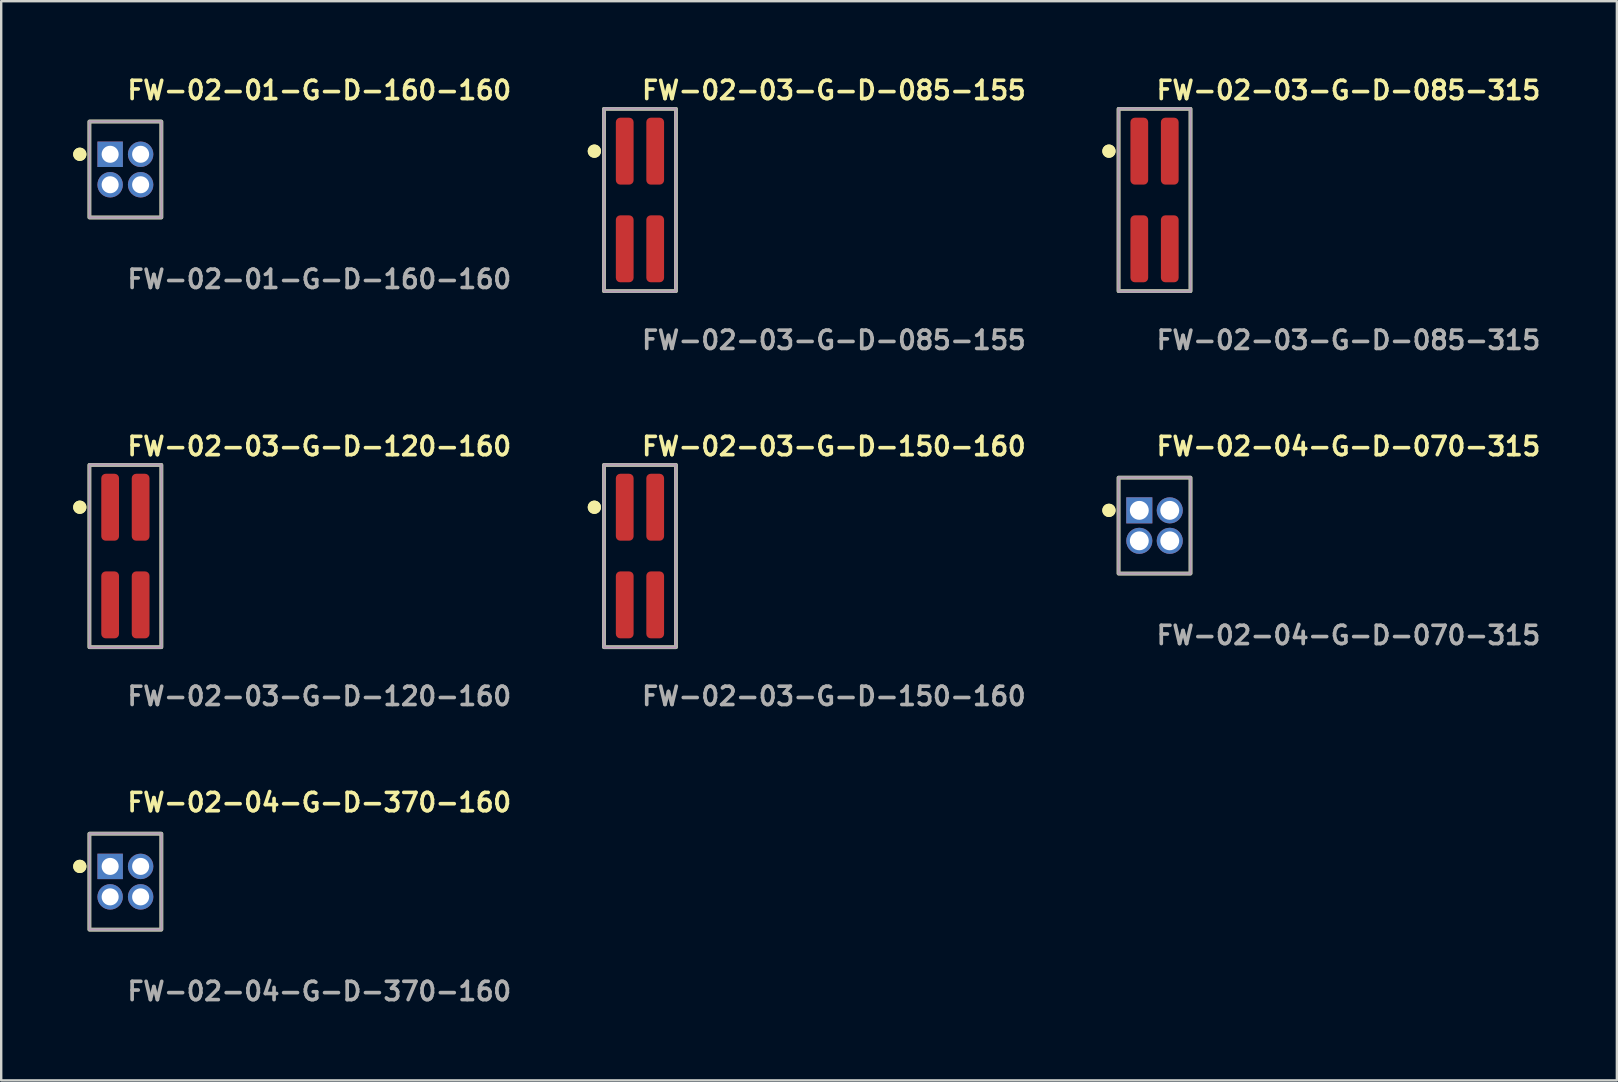
<source format=kicad_pcb>
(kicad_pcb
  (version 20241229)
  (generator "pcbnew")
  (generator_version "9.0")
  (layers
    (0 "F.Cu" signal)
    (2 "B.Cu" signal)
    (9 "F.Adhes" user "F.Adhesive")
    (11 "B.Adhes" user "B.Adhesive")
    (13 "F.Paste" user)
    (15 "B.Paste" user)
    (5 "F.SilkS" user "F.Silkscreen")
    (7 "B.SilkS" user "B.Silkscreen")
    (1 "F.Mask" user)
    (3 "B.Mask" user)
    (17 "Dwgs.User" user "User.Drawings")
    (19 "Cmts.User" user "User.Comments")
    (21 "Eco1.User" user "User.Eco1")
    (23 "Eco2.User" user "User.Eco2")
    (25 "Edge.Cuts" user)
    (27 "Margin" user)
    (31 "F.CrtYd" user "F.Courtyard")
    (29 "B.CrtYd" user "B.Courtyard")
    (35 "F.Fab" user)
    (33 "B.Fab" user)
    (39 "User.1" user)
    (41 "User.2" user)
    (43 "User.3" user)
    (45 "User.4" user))
  (footprint "FW-02-01-G-D-160-160"
    (layer "F.Cu")
    (at 2.176 4.015)
    (property "Reference" "FW-02-01-G-D-160-160" (at 0 -3.302 0) (unlocked yes) (layer "F.SilkS") (effects (font (size 0.762 0.762) (thickness 0.152)) (justify left)))
    (fp_rect (start -1.5 2) (end 1.5 -2) (stroke (width 0.152) (type solid)) (fill no) (layer "F.SilkS"))
    (fp_circle (center -1.9 -0.635) (end -2.1 -0.635) (stroke (width 0.152) (type solid)) (fill yes) (layer "F.SilkS"))
    (fp_circle (center -1.9 -0.635) (end -2.1 -0.635) (stroke (width 0.152) (type solid)) (fill yes) (layer "F.SilkS"))
    (fp_rect (start -1.5 2) (end 1.5 -2) (stroke (width 0.006) (type solid)) (fill no) (layer "F.CrtYd"))
    (fp_rect (start -1.5 2) (end 1.5 -2) (stroke (width 0.152) (type solid)) (fill no) (layer "F.Fab"))
    (fp_text user "${REFERENCE}" (at 0 4.572 0) (unlocked yes) (layer "F.Fab") (effects (font (size 0.762 0.762) (thickness 0.152)) (justify left)))
    (pad "1" thru_hole rect (at -0.635 -0.635) (size 1.06 1.06) (drill 0.71) (layers "*.Cu" "*.Mask"))
    (pad "2" thru_hole circle (at -0.635 0.635) (size 1.06 1.06) (drill 0.71) (layers "*.Cu" "*.Mask"))
    (pad "3" thru_hole circle (at 0.635 -0.635) (size 1.06 1.06) (drill 0.71) (layers "*.Cu" "*.Mask"))
    (pad "4" thru_hole circle (at 0.635 0.635) (size 1.06 1.06) (drill 0.71) (layers "*.Cu" "*.Mask")))
  (footprint "FW-02-04-G-D-070-315"
    (layer "F.Cu")
    (at 45.07 18.856)
    (property "Reference" "FW-02-04-G-D-070-315" (at 0 -3.302 0) (unlocked yes) (layer "F.SilkS") (effects (font (size 0.762 0.762) (thickness 0.152)) (justify left)))
    (fp_rect (start -1.5 2) (end 1.5 -2) (stroke (width 0.152) (type solid)) (fill no) (layer "F.SilkS"))
    (fp_circle (center -1.9 -0.635) (end -2.1 -0.635) (stroke (width 0.152) (type solid)) (fill yes) (layer "F.SilkS"))
    (fp_circle (center -1.9 -0.635) (end -2.1 -0.635) (stroke (width 0.152) (type solid)) (fill yes) (layer "F.SilkS"))
    (fp_rect (start -1.5 2) (end 1.5 -2) (stroke (width 0.006) (type solid)) (fill no) (layer "F.CrtYd"))
    (fp_rect (start -1.5 2) (end 1.5 -2) (stroke (width 0.152) (type solid)) (fill no) (layer "F.Fab"))
    (fp_text user "${REFERENCE}" (at 0 4.572 0) (unlocked yes) (layer "F.Fab") (effects (font (size 0.762 0.762) (thickness 0.152)) (justify left)))
    (pad "1" thru_hole rect (at -0.635 -0.635) (size 1.087 1.087) (drill 0.787) (layers "*.Cu" "*.Mask"))
    (pad "2" thru_hole circle (at -0.635 0.635) (size 1.087 1.087) (drill 0.787) (layers "*.Cu" "*.Mask"))
    (pad "3" thru_hole circle (at 0.635 -0.635) (size 1.087 1.087) (drill 0.787) (layers "*.Cu" "*.Mask"))
    (pad "4" thru_hole circle (at 0.635 0.635) (size 1.087 1.087) (drill 0.787) (layers "*.Cu" "*.Mask")))
  (footprint "FW-02-03-G-D-120-160"
    (layer "F.Cu")
    (at 2.176 20.126)
    (property "Reference" "FW-02-03-G-D-120-160" (at 0 -4.572 0) (unlocked yes) (layer "F.SilkS") (effects (font (size 0.762 0.762) (thickness 0.152)) (justify left)))
    (fp_rect (start -1.5 3.8) (end 1.5 -3.8) (stroke (width 0.152) (type solid)) (fill no) (layer "F.SilkS"))
    (fp_circle (center -1.9 -2.035) (end -2.1 -2.035) (stroke (width 0.152) (type solid)) (fill yes) (layer "F.SilkS"))
    (fp_circle (center -1.9 -2.035) (end -2.1 -2.035) (stroke (width 0.152) (type solid)) (fill yes) (layer "F.SilkS"))
    (fp_rect (start -1.5 3.8) (end 1.5 -3.8) (stroke (width 0.006) (type solid)) (fill no) (layer "F.CrtYd"))
    (fp_rect (start -1.5 3.8) (end 1.5 -3.8) (stroke (width 0.152) (type solid)) (fill no) (layer "F.Fab"))
    (fp_text user "${REFERENCE}" (at 0 5.842 0) (unlocked yes) (layer "F.Fab") (effects (font (size 0.762 0.762) (thickness 0.152)) (justify left)))
    (pad "1" smd roundrect (at -0.635 -2.035) (size 0.74 2.79) (layers "F.Cu" "F.Paste") (roundrect_rratio 0.25))
    (pad "2" smd roundrect (at -0.635 2.035) (size 0.74 2.79) (layers "F.Cu" "F.Paste") (roundrect_rratio 0.25))
    (pad "3" smd roundrect (at 0.635 -2.035) (size 0.74 2.79) (layers "F.Cu" "F.Paste") (roundrect_rratio 0.25))
    (pad "4" smd roundrect (at 0.635 2.035) (size 0.74 2.79) (layers "F.Cu" "F.Paste") (roundrect_rratio 0.25)))
  (footprint "FW-02-03-G-D-085-315"
    (layer "F.Cu")
    (at 45.07 5.285)
    (property "Reference" "FW-02-03-G-D-085-315" (at 0 -4.572 0) (unlocked yes) (layer "F.SilkS") (effects (font (size 0.762 0.762) (thickness 0.152)) (justify left)))
    (fp_rect (start -1.5 3.8) (end 1.5 -3.8) (stroke (width 0.152) (type solid)) (fill no) (layer "F.SilkS"))
    (fp_circle (center -1.9 -2.035) (end -2.1 -2.035) (stroke (width 0.152) (type solid)) (fill yes) (layer "F.SilkS"))
    (fp_circle (center -1.9 -2.035) (end -2.1 -2.035) (stroke (width 0.152) (type solid)) (fill yes) (layer "F.SilkS"))
    (fp_rect (start -1.5 3.8) (end 1.5 -3.8) (stroke (width 0.006) (type solid)) (fill no) (layer "F.CrtYd"))
    (fp_rect (start -1.5 3.8) (end 1.5 -3.8) (stroke (width 0.152) (type solid)) (fill no) (layer "F.Fab"))
    (fp_text user "${REFERENCE}" (at 0 5.842 0) (unlocked yes) (layer "F.Fab") (effects (font (size 0.762 0.762) (thickness 0.152)) (justify left)))
    (pad "1" smd roundrect (at -0.635 -2.035) (size 0.74 2.79) (layers "F.Cu" "F.Paste") (roundrect_rratio 0.25))
    (pad "2" smd roundrect (at -0.635 2.035) (size 0.74 2.79) (layers "F.Cu" "F.Paste") (roundrect_rratio 0.25))
    (pad "3" smd roundrect (at 0.635 -2.035) (size 0.74 2.79) (layers "F.Cu" "F.Paste") (roundrect_rratio 0.25))
    (pad "4" smd roundrect (at 0.635 2.035) (size 0.74 2.79) (layers "F.Cu" "F.Paste") (roundrect_rratio 0.25)))
  (footprint "FW-02-04-G-D-370-160"
    (layer "F.Cu")
    (at 2.176 33.696)
    (property "Reference" "FW-02-04-G-D-370-160" (at 0 -3.302 0) (unlocked yes) (layer "F.SilkS") (effects (font (size 0.762 0.762) (thickness 0.152)) (justify left)))
    (fp_rect (start -1.5 2) (end 1.5 -2) (stroke (width 0.152) (type solid)) (fill no) (layer "F.SilkS"))
    (fp_circle (center -1.9 -0.635) (end -2.1 -0.635) (stroke (width 0.152) (type solid)) (fill yes) (layer "F.SilkS"))
    (fp_circle (center -1.9 -0.635) (end -2.1 -0.635) (stroke (width 0.152) (type solid)) (fill yes) (layer "F.SilkS"))
    (fp_rect (start -1.5 2) (end 1.5 -2) (stroke (width 0.006) (type solid)) (fill no) (layer "F.CrtYd"))
    (fp_rect (start -1.5 2) (end 1.5 -2) (stroke (width 0.152) (type solid)) (fill no) (layer "F.Fab"))
    (fp_text user "${REFERENCE}" (at 0 4.572 0) (unlocked yes) (layer "F.Fab") (effects (font (size 0.762 0.762) (thickness 0.152)) (justify left)))
    (pad "1" thru_hole rect (at -0.635 -0.635) (size 1.06 1.06) (drill 0.71) (layers "*.Cu" "*.Mask"))
    (pad "2" thru_hole circle (at -0.635 0.635) (size 1.06 1.06) (drill 0.71) (layers "*.Cu" "*.Mask"))
    (pad "3" thru_hole circle (at 0.635 -0.635) (size 1.06 1.06) (drill 0.71) (layers "*.Cu" "*.Mask"))
    (pad "4" thru_hole circle (at 0.635 0.635) (size 1.06 1.06) (drill 0.71) (layers "*.Cu" "*.Mask")))
  (footprint "FW-02-03-G-D-085-155"
    (layer "F.Cu")
    (at 23.623 5.285)
    (property "Reference" "FW-02-03-G-D-085-155" (at 0 -4.572 0) (unlocked yes) (layer "F.SilkS") (effects (font (size 0.762 0.762) (thickness 0.152)) (justify left)))
    (fp_rect (start -1.5 3.8) (end 1.5 -3.8) (stroke (width 0.152) (type solid)) (fill no) (layer "F.SilkS"))
    (fp_circle (center -1.9 -2.035) (end -2.1 -2.035) (stroke (width 0.152) (type solid)) (fill yes) (layer "F.SilkS"))
    (fp_circle (center -1.9 -2.035) (end -2.1 -2.035) (stroke (width 0.152) (type solid)) (fill yes) (layer "F.SilkS"))
    (fp_rect (start -1.5 3.8) (end 1.5 -3.8) (stroke (width 0.006) (type solid)) (fill no) (layer "F.CrtYd"))
    (fp_rect (start -1.5 3.8) (end 1.5 -3.8) (stroke (width 0.152) (type solid)) (fill no) (layer "F.Fab"))
    (fp_text user "${REFERENCE}" (at 0 5.842 0) (unlocked yes) (layer "F.Fab") (effects (font (size 0.762 0.762) (thickness 0.152)) (justify left)))
    (pad "1" smd roundrect (at -0.635 -2.035) (size 0.74 2.79) (layers "F.Cu" "F.Paste") (roundrect_rratio 0.25))
    (pad "2" smd roundrect (at -0.635 2.035) (size 0.74 2.79) (layers "F.Cu" "F.Paste") (roundrect_rratio 0.25))
    (pad "3" smd roundrect (at 0.635 -2.035) (size 0.74 2.79) (layers "F.Cu" "F.Paste") (roundrect_rratio 0.25))
    (pad "4" smd roundrect (at 0.635 2.035) (size 0.74 2.79) (layers "F.Cu" "F.Paste") (roundrect_rratio 0.25)))
  (footprint "FW-02-03-G-D-150-160"
    (layer "F.Cu")
    (at 23.623 20.126)
    (property "Reference" "FW-02-03-G-D-150-160" (at 0 -4.572 0) (unlocked yes) (layer "F.SilkS") (effects (font (size 0.762 0.762) (thickness 0.152)) (justify left)))
    (fp_rect (start -1.5 3.8) (end 1.5 -3.8) (stroke (width 0.152) (type solid)) (fill no) (layer "F.SilkS"))
    (fp_circle (center -1.9 -2.035) (end -2.1 -2.035) (stroke (width 0.152) (type solid)) (fill yes) (layer "F.SilkS"))
    (fp_circle (center -1.9 -2.035) (end -2.1 -2.035) (stroke (width 0.152) (type solid)) (fill yes) (layer "F.SilkS"))
    (fp_rect (start -1.5 3.8) (end 1.5 -3.8) (stroke (width 0.006) (type solid)) (fill no) (layer "F.CrtYd"))
    (fp_rect (start -1.5 3.8) (end 1.5 -3.8) (stroke (width 0.152) (type solid)) (fill no) (layer "F.Fab"))
    (fp_text user "${REFERENCE}" (at 0 5.842 0) (unlocked yes) (layer "F.Fab") (effects (font (size 0.762 0.762) (thickness 0.152)) (justify left)))
    (pad "1" smd roundrect (at -0.635 -2.035) (size 0.74 2.79) (layers "F.Cu" "F.Paste") (roundrect_rratio 0.25))
    (pad "2" smd roundrect (at -0.635 2.035) (size 0.74 2.79) (layers "F.Cu" "F.Paste") (roundrect_rratio 0.25))
    (pad "3" smd roundrect (at 0.635 -2.035) (size 0.74 2.79) (layers "F.Cu" "F.Paste") (roundrect_rratio 0.25))
    (pad "4" smd roundrect (at 0.635 2.035) (size 0.74 2.79) (layers "F.Cu" "F.Paste") (roundrect_rratio 0.25)))
  (gr_rect
    (start -3 -3)
    (end 64.34 41.981)
    (stroke (width 0.1) (type default))
    (fill no)
    (layer "Edge.Cuts")))
</source>
